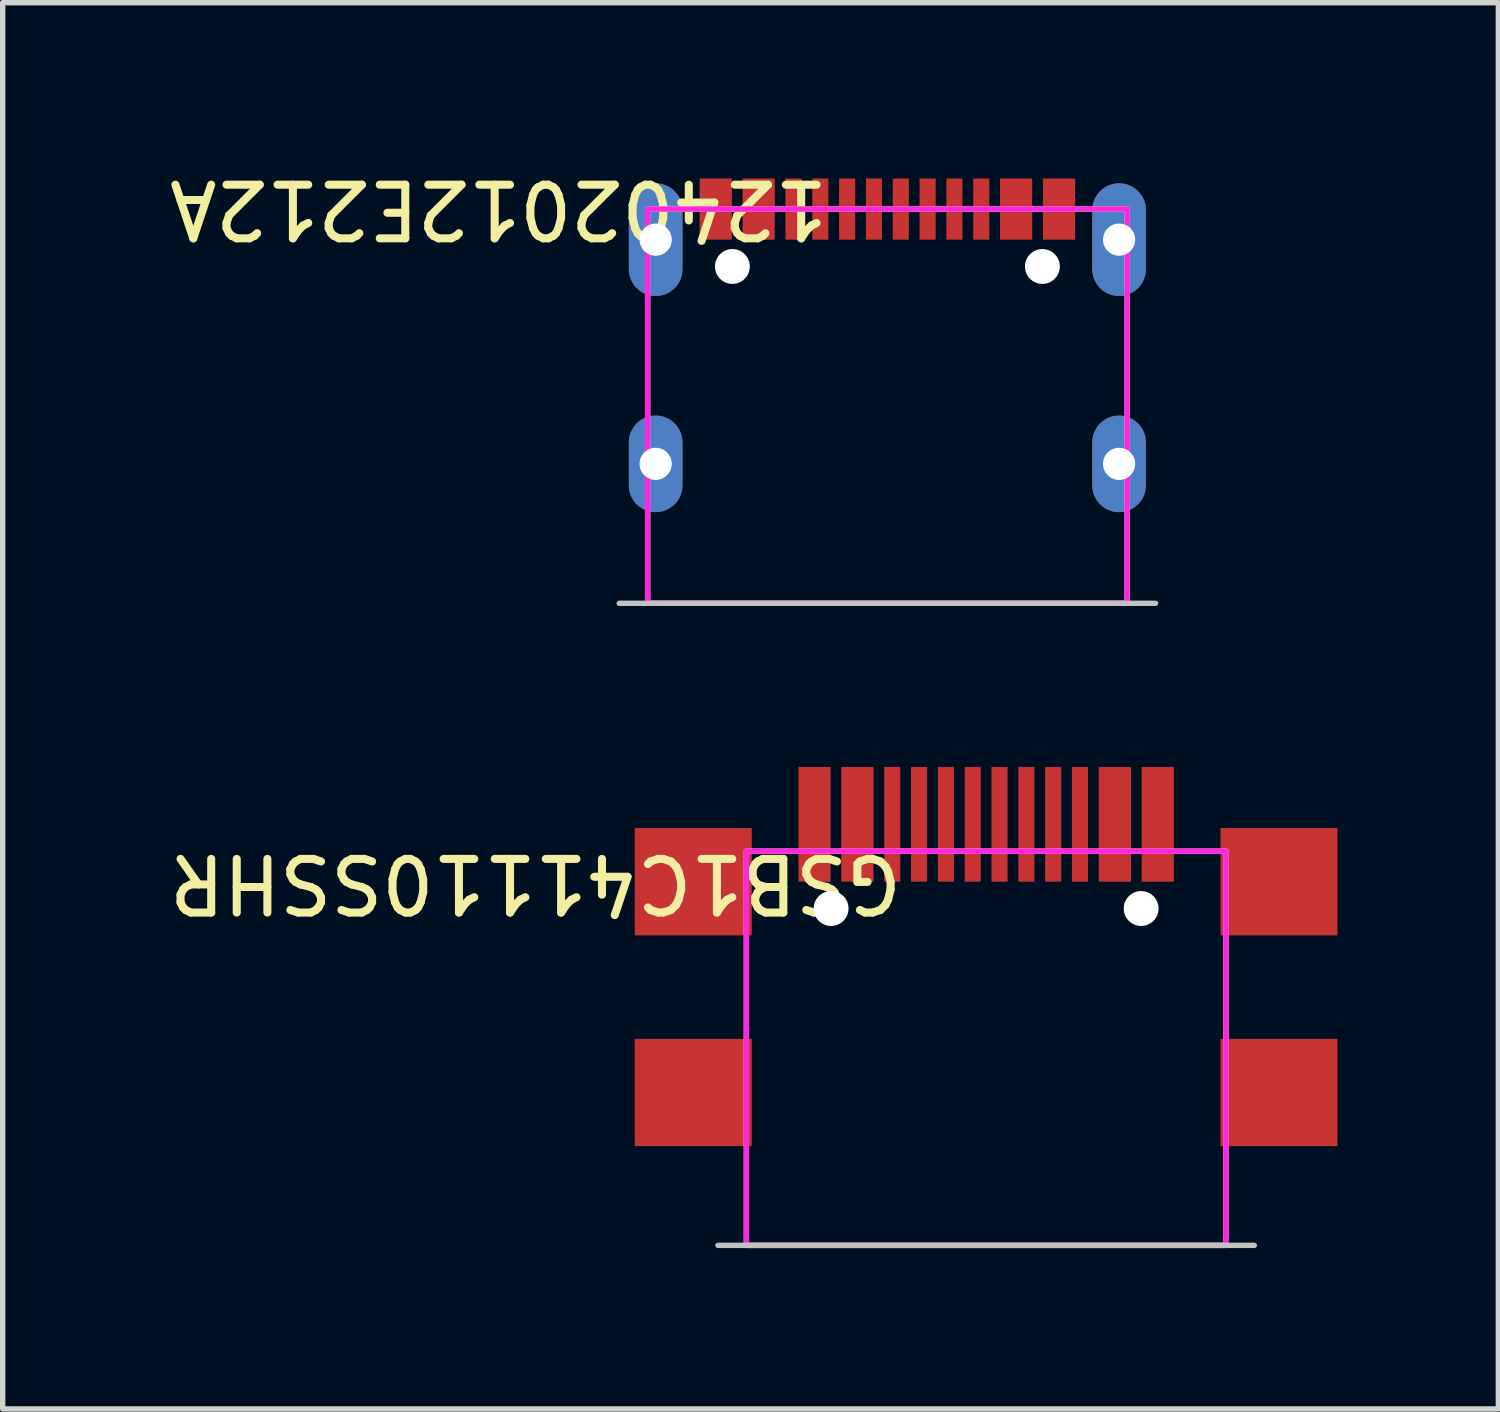
<source format=kicad_pcb>
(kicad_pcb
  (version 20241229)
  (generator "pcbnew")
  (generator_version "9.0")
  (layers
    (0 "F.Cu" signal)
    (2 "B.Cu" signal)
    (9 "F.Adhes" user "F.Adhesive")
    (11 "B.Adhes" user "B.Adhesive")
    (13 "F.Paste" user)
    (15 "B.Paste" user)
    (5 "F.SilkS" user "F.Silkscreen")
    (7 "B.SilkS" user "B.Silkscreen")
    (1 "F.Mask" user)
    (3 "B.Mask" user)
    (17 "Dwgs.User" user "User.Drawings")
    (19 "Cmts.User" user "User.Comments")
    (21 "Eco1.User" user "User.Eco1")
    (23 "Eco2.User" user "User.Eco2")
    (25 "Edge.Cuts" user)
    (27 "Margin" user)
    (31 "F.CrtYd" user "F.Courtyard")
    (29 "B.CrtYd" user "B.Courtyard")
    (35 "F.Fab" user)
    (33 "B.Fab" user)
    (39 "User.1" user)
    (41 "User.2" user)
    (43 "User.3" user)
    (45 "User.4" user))
  (footprint "12402012E212A"
    (layer "F.Cu")
    (at 13.494 0.848)
    (property "Reference" "12402012E212A" (at -7.25 0 180) (unlocked yes) (layer "F.SilkS") (effects (font (size 1 1) (thickness 0.15))))
    (attr smd)
    (fp_rect (start -4.47 0) (end 4.47 7.35) (stroke (width 0.1) (type default)) (fill no) (layer "F.SilkS"))
    (fp_line (start -5 7.35) (end 5 7.35) (stroke (width 0.1) (type default)) (layer "Dwgs.User"))
    (fp_rect (start -4.47 0) (end 4.47 7.35) (stroke (width 0.1) (type default)) (fill no) (layer "F.CrtYd"))
    (pad "" np_thru_hole circle (at -2.89 1.07) (size 0.65 0.65) (drill 0.65) (layers "*.Cu" "*.Mask"))
    (pad "" np_thru_hole circle (at 2.89 1.07) (size 0.65 0.65) (drill 0.65) (layers "*.Cu" "*.Mask"))
    (pad "A1" smd rect (at -3.2 0) (size 0.6 1.14) (layers "F.Cu" "F.Mask" "F.Paste"))
    (pad "A4" smd rect (at -2.4 0) (size 0.6 1.14) (layers "F.Cu" "F.Mask" "F.Paste"))
    (pad "A5" smd rect (at -1.25 0) (size 0.3 1.14) (layers "F.Cu" "F.Mask" "F.Paste"))
    (pad "A6" smd rect (at -0.25 0) (size 0.3 1.14) (layers "F.Cu" "F.Mask" "F.Paste"))
    (pad "A7" smd rect (at 0.25 0) (size 0.3 1.14) (layers "F.Cu" "F.Mask" "F.Paste"))
    (pad "A8" smd rect (at 1.25 0) (size 0.3 1.14) (layers "F.Cu" "F.Mask" "F.Paste"))
    (pad "B1" smd rect (at 3.2 0) (size 0.6 1.14) (layers "F.Cu" "F.Mask" "F.Paste"))
    (pad "B4" smd rect (at 2.4 0) (size 0.6 1.14) (layers "F.Cu" "F.Mask" "F.Paste"))
    (pad "B5" smd rect (at 1.75 0) (size 0.3 1.14) (layers "F.Cu" "F.Mask" "F.Paste"))
    (pad "B6" smd rect (at 0.75 0) (size 0.3 1.14) (layers "F.Cu" "F.Mask" "F.Paste"))
    (pad "B7" smd rect (at -0.75 0) (size 0.3 1.14) (layers "F.Cu" "F.Mask" "F.Paste"))
    (pad "B8" smd rect (at -1.75 0) (size 0.3 1.14) (layers "F.Cu" "F.Mask" "F.Paste"))
    (pad "S1" thru_hole oval (at -4.32 0.57) (size 1 2.1) (drill 0.6 1.7) (layers "*.Cu" "*.Mask"))
    (pad "S1" thru_hole oval (at -4.32 4.75) (size 1 1.8) (drill 0.6 1.4) (layers "*.Cu" "*.Mask"))
    (pad "S1" thru_hole oval (at 4.32 0.57) (size 1 2.1) (drill 0.6 1.7) (layers "*.Cu" "*.Mask"))
    (pad "S1" thru_hole oval (at 4.32 4.75) (size 1 1.8) (drill 0.6 1.4) (layers "*.Cu" "*.Mask")))
  (footprint "GSB1C41110SSHR"
    (layer "F.Cu")
    (at 15.335 12.818)
    (property "Reference" "GSB1C41110SSHR" (at -8.4 0.6 180) (unlocked yes) (layer "F.SilkS") (effects (font (size 1 1) (thickness 0.15))))
    (attr smd)
    (fp_rect (start -4.47 0) (end 4.47 7.35) (stroke (width 0.1) (type default)) (fill no) (layer "F.SilkS"))
    (fp_line (start -5 7.35) (end 5 7.35) (stroke (width 0.1) (type default)) (layer "Dwgs.User"))
    (fp_rect (start -4.47 0) (end 4.47 7.35) (stroke (width 0.1) (type default)) (fill no) (layer "F.CrtYd"))
    (pad "" np_thru_hole circle (at -2.89 1.07) (size 0.65 0.65) (drill 0.65) (layers "*.Cu" "*.Mask"))
    (pad "" np_thru_hole circle (at 2.89 1.07) (size 0.65 0.65) (drill 0.65) (layers "*.Cu" "*.Mask"))
    (pad "A1" smd rect (at -3.2 -0.5) (size 0.6 2.14) (layers "F.Cu" "F.Mask" "F.Paste"))
    (pad "A4" smd rect (at -2.4 -0.5) (size 0.6 2.14) (layers "F.Cu" "F.Mask" "F.Paste"))
    (pad "A5" smd rect (at -1.25 -0.5) (size 0.3 2.14) (layers "F.Cu" "F.Mask" "F.Paste"))
    (pad "A6" smd rect (at -0.25 -0.5) (size 0.3 2.14) (layers "F.Cu" "F.Mask" "F.Paste"))
    (pad "A7" smd rect (at 0.25 -0.5) (size 0.3 2.14) (layers "F.Cu" "F.Mask" "F.Paste"))
    (pad "A8" smd rect (at 1.25 -0.5) (size 0.3 2.14) (layers "F.Cu" "F.Mask" "F.Paste"))
    (pad "B1" smd rect (at 3.2 -0.5) (size 0.6 2.14) (layers "F.Cu" "F.Mask" "F.Paste"))
    (pad "B4" smd rect (at 2.4 -0.5) (size 0.6 2.14) (layers "F.Cu" "F.Mask" "F.Paste"))
    (pad "B5" smd rect (at 1.75 -0.5) (size 0.3 2.14) (layers "F.Cu" "F.Mask" "F.Paste"))
    (pad "B6" smd rect (at 0.75 -0.5) (size 0.3 2.14) (layers "F.Cu" "F.Mask" "F.Paste"))
    (pad "B7" smd rect (at -0.75 -0.5) (size 0.3 2.14) (layers "F.Cu" "F.Mask" "F.Paste"))
    (pad "B8" smd rect (at -1.75 -0.5) (size 0.3 2.14) (layers "F.Cu" "F.Mask" "F.Paste"))
    (pad "S1" smd rect (at -5.46 0.57) (size 2.18 2) (layers "F.Cu" "F.Mask"))
    (pad "S1" smd rect (at -5.46 4.5) (size 2.18 2) (layers "F.Cu" "F.Mask"))
    (pad "S1" smd rect (at 5.46 0.57) (size 2.18 2) (layers "F.Cu" "F.Mask"))
    (pad "S1" smd rect (at 5.46 4.5) (size 2.18 2) (layers "F.Cu" "F.Mask")))
  (gr_rect
    (start -3 -3)
    (end 24.885 23.218)
    (stroke (width 0.1) (type default))
    (fill no)
    (layer "Edge.Cuts")))
</source>
